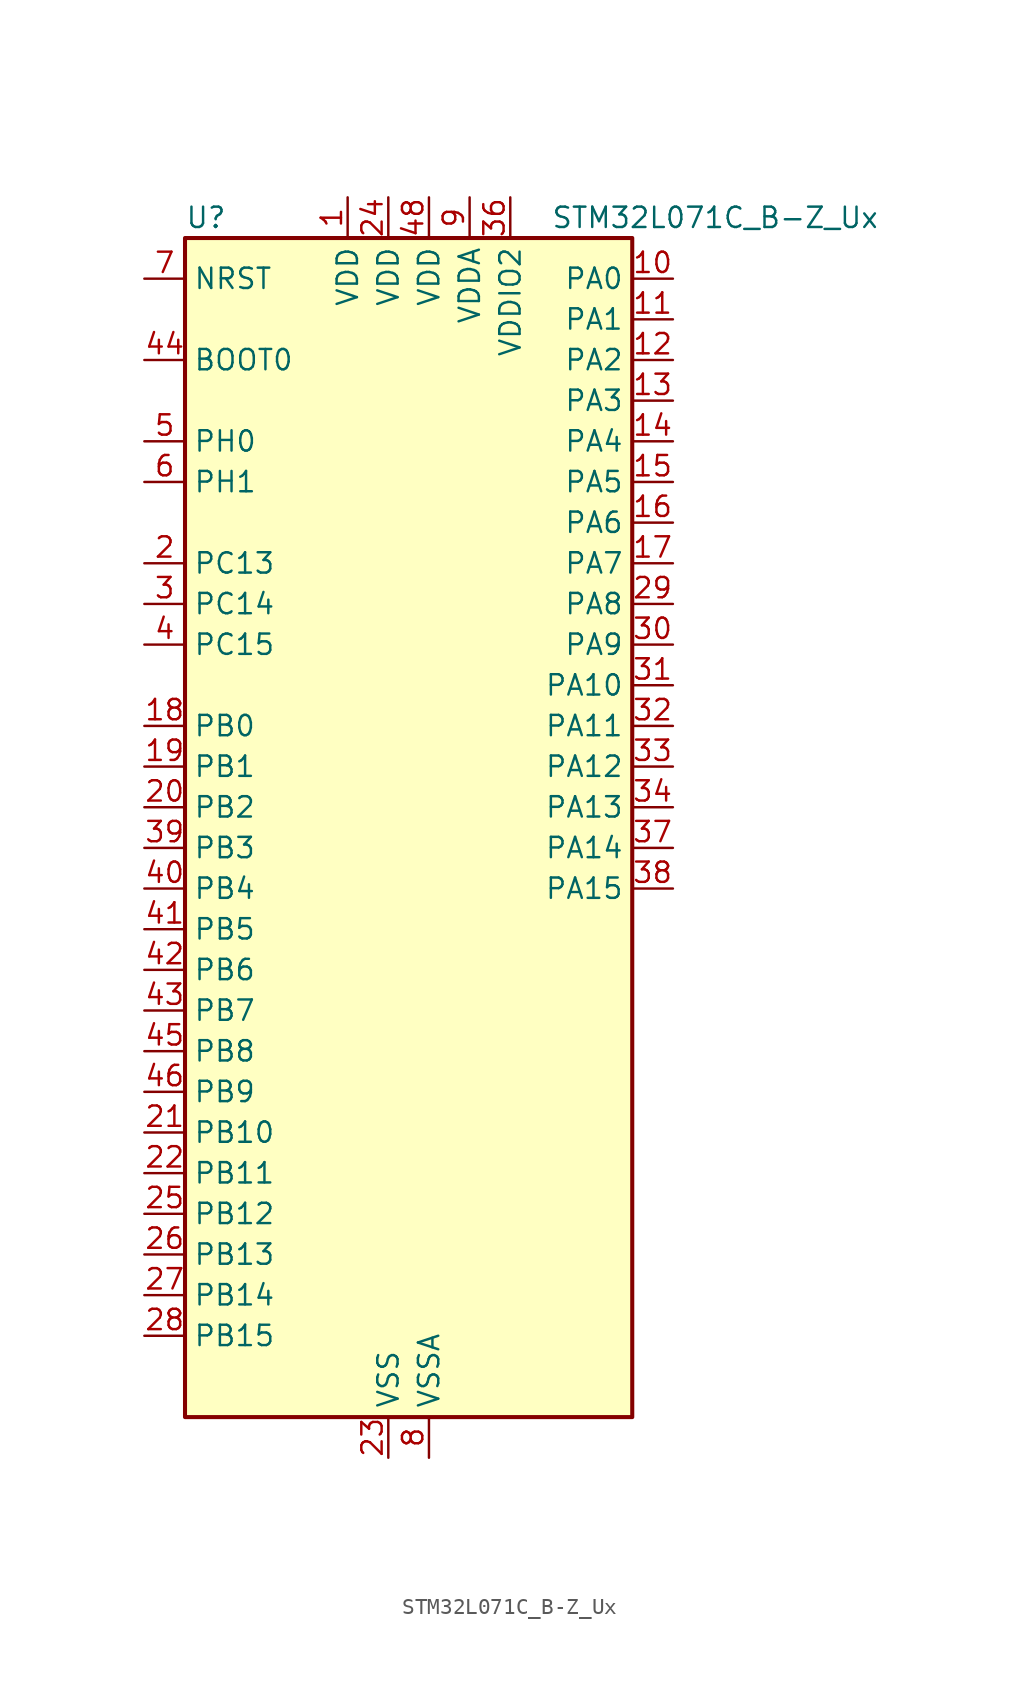
<source format=kicad_sym>
(kicad_symbol_lib
  (version 20231120)
  (generator "kicad_symbol_editor")
  (generator_version "8.0")
  (symbol "STM32L071C_B-Z_Ux"
    (property "Reference" "U"
      (at -12.7 39.37 0)
      (effects (font (size 1.27 1.27)) (justify left)))
    (property "Value" "STM32L071C_B-Z_Ux"
      (at 10.16 39.37 0)
      (effects (font (size 1.27 1.27)) (justify left)))
    (property "ki_locked" ""
      (at 0 0 0)
      (effects (font (size 1.27 1.27))))
    (symbol "STM32L071C_B-Z_Ux_0_1"
      (rectangle (start -12.7 -35.56) (end 15.24 38.1) (stroke (width 0.254) (type default)) (fill (type background))))
    (symbol "STM32L071C_B-Z_Ux_1_1"
      (pin power_in line (at -2.54 40.64 270) (length 2.54) (name "VDD" (effects (font (size 1.27 1.27)))) (number "1" (effects (font (size 1.27 1.27)))))
      (pin bidirectional line (at 17.78 35.56 180) (length 2.54) (name "PA0" (effects (font (size 1.27 1.27)))) (number "10" (effects (font (size 1.27 1.27)))) (alternate "ADC_IN0" bidirectional line) (alternate "COMP1_INM" bidirectional line) (alternate "COMP1_OUT" bidirectional line) (alternate "RTC_TAMP2" bidirectional line) (alternate "SYS_WKUP1" bidirectional line) (alternate "TIM2_CH1" bidirectional line) (alternate "TIM2_ETR" bidirectional line) (alternate "USART2_CTS" bidirectional line) (alternate "USART4_TX" bidirectional line))
      (pin bidirectional line (at 17.78 33.02 180) (length 2.54) (name "PA1" (effects (font (size 1.27 1.27)))) (number "11" (effects (font (size 1.27 1.27)))) (alternate "ADC_IN1" bidirectional line) (alternate "COMP1_INP" bidirectional line) (alternate "TIM21_ETR" bidirectional line) (alternate "TIM2_CH2" bidirectional line) (alternate "USART2_DE" bidirectional line) (alternate "USART2_RTS" bidirectional line) (alternate "USART4_RX" bidirectional line))
      (pin bidirectional line (at 17.78 30.48 180) (length 2.54) (name "PA2" (effects (font (size 1.27 1.27)))) (number "12" (effects (font (size 1.27 1.27)))) (alternate "ADC_IN2" bidirectional line) (alternate "COMP2_INM" bidirectional line) (alternate "COMP2_OUT" bidirectional line) (alternate "LPUART1_TX" bidirectional line) (alternate "TIM21_CH1" bidirectional line) (alternate "TIM2_CH3" bidirectional line) (alternate "USART2_TX" bidirectional line))
      (pin bidirectional line (at 17.78 27.94 180) (length 2.54) (name "PA3" (effects (font (size 1.27 1.27)))) (number "13" (effects (font (size 1.27 1.27)))) (alternate "ADC_IN3" bidirectional line) (alternate "COMP2_INP" bidirectional line) (alternate "LPUART1_RX" bidirectional line) (alternate "TIM21_CH2" bidirectional line) (alternate "TIM2_CH4" bidirectional line) (alternate "USART2_RX" bidirectional line))
      (pin bidirectional line (at 17.78 25.4 180) (length 2.54) (name "PA4" (effects (font (size 1.27 1.27)))) (number "14" (effects (font (size 1.27 1.27)))) (alternate "ADC_IN4" bidirectional line) (alternate "COMP1_INM" bidirectional line) (alternate "COMP2_INM" bidirectional line) (alternate "SPI1_NSS" bidirectional line) (alternate "TIM22_ETR" bidirectional line) (alternate "USART2_CK" bidirectional line))
      (pin bidirectional line (at 17.78 22.86 180) (length 2.54) (name "PA5" (effects (font (size 1.27 1.27)))) (number "15" (effects (font (size 1.27 1.27)))) (alternate "ADC_IN5" bidirectional line) (alternate "COMP1_INM" bidirectional line) (alternate "COMP2_INM" bidirectional line) (alternate "SPI1_SCK" bidirectional line) (alternate "TIM2_CH1" bidirectional line) (alternate "TIM2_ETR" bidirectional line))
      (pin bidirectional line (at 17.78 20.32 180) (length 2.54) (name "PA6" (effects (font (size 1.27 1.27)))) (number "16" (effects (font (size 1.27 1.27)))) (alternate "ADC_IN6" bidirectional line) (alternate "COMP1_OUT" bidirectional line) (alternate "LPUART1_CTS" bidirectional line) (alternate "SPI1_MISO" bidirectional line) (alternate "TIM22_CH1" bidirectional line) (alternate "TIM3_CH1" bidirectional line))
      (pin bidirectional line (at 17.78 17.78 180) (length 2.54) (name "PA7" (effects (font (size 1.27 1.27)))) (number "17" (effects (font (size 1.27 1.27)))) (alternate "ADC_IN7" bidirectional line) (alternate "COMP2_OUT" bidirectional line) (alternate "SPI1_MOSI" bidirectional line) (alternate "TIM22_CH2" bidirectional line) (alternate "TIM3_CH2" bidirectional line))
      (pin bidirectional line (at -15.24 7.62 0) (length 2.54) (name "PB0" (effects (font (size 1.27 1.27)))) (number "18" (effects (font (size 1.27 1.27)))) (alternate "ADC_IN8" bidirectional line) (alternate "SYS_VREF_OUT_PB0" bidirectional line) (alternate "TIM3_CH3" bidirectional line))
      (pin bidirectional line (at -15.24 5.08 0) (length 2.54) (name "PB1" (effects (font (size 1.27 1.27)))) (number "19" (effects (font (size 1.27 1.27)))) (alternate "ADC_IN9" bidirectional line) (alternate "LPUART1_DE" bidirectional line) (alternate "LPUART1_RTS" bidirectional line) (alternate "SYS_VREF_OUT_PB1" bidirectional line) (alternate "TIM3_CH4" bidirectional line))
      (pin bidirectional line (at -15.24 17.78 0) (length 2.54) (name "PC13" (effects (font (size 1.27 1.27)))) (number "2" (effects (font (size 1.27 1.27)))) (alternate "RTC_OUT_ALARM" bidirectional line) (alternate "RTC_OUT_CALIB" bidirectional line) (alternate "RTC_TAMP1" bidirectional line) (alternate "RTC_TS" bidirectional line) (alternate "SYS_WKUP2" bidirectional line))
      (pin bidirectional line (at -15.24 2.54 0) (length 2.54) (name "PB2" (effects (font (size 1.27 1.27)))) (number "20" (effects (font (size 1.27 1.27)))) (alternate "I2C3_SMBA" bidirectional line) (alternate "LPTIM1_OUT" bidirectional line))
      (pin bidirectional line (at -15.24 -17.78 0) (length 2.54) (name "PB10" (effects (font (size 1.27 1.27)))) (number "21" (effects (font (size 1.27 1.27)))) (alternate "I2C2_SCL" bidirectional line) (alternate "LPUART1_RX" bidirectional line) (alternate "LPUART1_TX" bidirectional line) (alternate "SPI2_SCK" bidirectional line) (alternate "TIM2_CH3" bidirectional line))
      (pin bidirectional line (at -15.24 -20.32 0) (length 2.54) (name "PB11" (effects (font (size 1.27 1.27)))) (number "22" (effects (font (size 1.27 1.27)))) (alternate "ADC_EXTI11" bidirectional line) (alternate "I2C2_SDA" bidirectional line) (alternate "LPUART1_RX" bidirectional line) (alternate "LPUART1_TX" bidirectional line) (alternate "TIM2_CH4" bidirectional line))
      (pin power_in line (at 0 -38.1 90) (length 2.54) (name "VSS" (effects (font (size 1.27 1.27)))) (number "23" (effects (font (size 1.27 1.27)))))
      (pin power_in line (at 0 40.64 270) (length 2.54) (name "VDD" (effects (font (size 1.27 1.27)))) (number "24" (effects (font (size 1.27 1.27)))))
      (pin bidirectional line (at -15.24 -22.86 0) (length 2.54) (name "PB12" (effects (font (size 1.27 1.27)))) (number "25" (effects (font (size 1.27 1.27)))) (alternate "I2S2_WS" bidirectional line) (alternate "LPUART1_DE" bidirectional line) (alternate "LPUART1_RTS" bidirectional line) (alternate "SPI2_NSS" bidirectional line))
      (pin bidirectional line (at -15.24 -25.4 0) (length 2.54) (name "PB13" (effects (font (size 1.27 1.27)))) (number "26" (effects (font (size 1.27 1.27)))) (alternate "I2C2_SCL" bidirectional line) (alternate "I2S2_CK" bidirectional line) (alternate "LPUART1_CTS" bidirectional line) (alternate "RCC_MCO" bidirectional line) (alternate "SPI2_SCK" bidirectional line) (alternate "TIM21_CH1" bidirectional line))
      (pin bidirectional line (at -15.24 -27.94 0) (length 2.54) (name "PB14" (effects (font (size 1.27 1.27)))) (number "27" (effects (font (size 1.27 1.27)))) (alternate "I2C2_SDA" bidirectional line) (alternate "I2S2_MCK" bidirectional line) (alternate "LPUART1_DE" bidirectional line) (alternate "LPUART1_RTS" bidirectional line) (alternate "RTC_OUT_ALARM" bidirectional line) (alternate "RTC_OUT_CALIB" bidirectional line) (alternate "SPI2_MISO" bidirectional line) (alternate "TIM21_CH2" bidirectional line))
      (pin bidirectional line (at -15.24 -30.48 0) (length 2.54) (name "PB15" (effects (font (size 1.27 1.27)))) (number "28" (effects (font (size 1.27 1.27)))) (alternate "I2S2_SD" bidirectional line) (alternate "RTC_REFIN" bidirectional line) (alternate "SPI2_MOSI" bidirectional line))
      (pin bidirectional line (at 17.78 15.24 180) (length 2.54) (name "PA8" (effects (font (size 1.27 1.27)))) (number "29" (effects (font (size 1.27 1.27)))) (alternate "I2C3_SCL" bidirectional line) (alternate "RCC_MCO" bidirectional line) (alternate "USART1_CK" bidirectional line))
      (pin bidirectional line (at -15.24 15.24 0) (length 2.54) (name "PC14" (effects (font (size 1.27 1.27)))) (number "3" (effects (font (size 1.27 1.27)))) (alternate "RCC_OSC32_IN" bidirectional line))
      (pin bidirectional line (at 17.78 12.7 180) (length 2.54) (name "PA9" (effects (font (size 1.27 1.27)))) (number "30" (effects (font (size 1.27 1.27)))) (alternate "I2C1_SCL" bidirectional line) (alternate "I2C3_SMBA" bidirectional line) (alternate "RCC_MCO" bidirectional line) (alternate "USART1_TX" bidirectional line))
      (pin bidirectional line (at 17.78 10.16 180) (length 2.54) (name "PA10" (effects (font (size 1.27 1.27)))) (number "31" (effects (font (size 1.27 1.27)))) (alternate "I2C1_SDA" bidirectional line) (alternate "USART1_RX" bidirectional line))
      (pin bidirectional line (at 17.78 7.62 180) (length 2.54) (name "PA11" (effects (font (size 1.27 1.27)))) (number "32" (effects (font (size 1.27 1.27)))) (alternate "ADC_EXTI11" bidirectional line) (alternate "COMP1_OUT" bidirectional line) (alternate "SPI1_MISO" bidirectional line) (alternate "USART1_CTS" bidirectional line))
      (pin bidirectional line (at 17.78 5.08 180) (length 2.54) (name "PA12" (effects (font (size 1.27 1.27)))) (number "33" (effects (font (size 1.27 1.27)))) (alternate "COMP2_OUT" bidirectional line) (alternate "SPI1_MOSI" bidirectional line) (alternate "USART1_DE" bidirectional line) (alternate "USART1_RTS" bidirectional line))
      (pin bidirectional line (at 17.78 2.54 180) (length 2.54) (name "PA13" (effects (font (size 1.27 1.27)))) (number "34" (effects (font (size 1.27 1.27)))) (alternate "LPUART1_RX" bidirectional line) (alternate "SYS_SWDIO" bidirectional line))
      (pin passive line (at 0 -38.1 90) (length 2.54) hide (name "VSS" (effects (font (size 1.27 1.27)))) (number "35" (effects (font (size 1.27 1.27)))))
      (pin power_in line (at 7.62 40.64 270) (length 2.54) (name "VDDIO2" (effects (font (size 1.27 1.27)))) (number "36" (effects (font (size 1.27 1.27)))))
      (pin bidirectional line (at 17.78 0 180) (length 2.54) (name "PA14" (effects (font (size 1.27 1.27)))) (number "37" (effects (font (size 1.27 1.27)))) (alternate "LPUART1_TX" bidirectional line) (alternate "SYS_SWCLK" bidirectional line) (alternate "USART2_TX" bidirectional line))
      (pin bidirectional line (at 17.78 -2.54 180) (length 2.54) (name "PA15" (effects (font (size 1.27 1.27)))) (number "38" (effects (font (size 1.27 1.27)))) (alternate "SPI1_NSS" bidirectional line) (alternate "TIM2_CH1" bidirectional line) (alternate "TIM2_ETR" bidirectional line) (alternate "USART2_RX" bidirectional line) (alternate "USART4_DE" bidirectional line) (alternate "USART4_RTS" bidirectional line))
      (pin bidirectional line (at -15.24 0 0) (length 2.54) (name "PB3" (effects (font (size 1.27 1.27)))) (number "39" (effects (font (size 1.27 1.27)))) (alternate "COMP2_INM" bidirectional line) (alternate "SPI1_SCK" bidirectional line) (alternate "TIM2_CH2" bidirectional line) (alternate "USART1_DE" bidirectional line) (alternate "USART1_RTS" bidirectional line) (alternate "USART5_TX" bidirectional line))
      (pin bidirectional line (at -15.24 12.7 0) (length 2.54) (name "PC15" (effects (font (size 1.27 1.27)))) (number "4" (effects (font (size 1.27 1.27)))) (alternate "RCC_OSC32_OUT" bidirectional line))
      (pin bidirectional line (at -15.24 -2.54 0) (length 2.54) (name "PB4" (effects (font (size 1.27 1.27)))) (number "40" (effects (font (size 1.27 1.27)))) (alternate "COMP2_INP" bidirectional line) (alternate "I2C3_SDA" bidirectional line) (alternate "SPI1_MISO" bidirectional line) (alternate "TIM22_CH1" bidirectional line) (alternate "TIM3_CH1" bidirectional line) (alternate "USART1_CTS" bidirectional line) (alternate "USART5_RX" bidirectional line))
      (pin bidirectional line (at -15.24 -5.08 0) (length 2.54) (name "PB5" (effects (font (size 1.27 1.27)))) (number "41" (effects (font (size 1.27 1.27)))) (alternate "COMP2_INP" bidirectional line) (alternate "I2C1_SMBA" bidirectional line) (alternate "LPTIM1_IN1" bidirectional line) (alternate "SPI1_MOSI" bidirectional line) (alternate "TIM22_CH2" bidirectional line) (alternate "TIM3_CH2" bidirectional line) (alternate "USART1_CK" bidirectional line) (alternate "USART5_CK" bidirectional line) (alternate "USART5_DE" bidirectional line) (alternate "USART5_RTS" bidirectional line))
      (pin bidirectional line (at -15.24 -7.62 0) (length 2.54) (name "PB6" (effects (font (size 1.27 1.27)))) (number "42" (effects (font (size 1.27 1.27)))) (alternate "COMP2_INP" bidirectional line) (alternate "I2C1_SCL" bidirectional line) (alternate "LPTIM1_ETR" bidirectional line) (alternate "USART1_TX" bidirectional line))
      (pin bidirectional line (at -15.24 -10.16 0) (length 2.54) (name "PB7" (effects (font (size 1.27 1.27)))) (number "43" (effects (font (size 1.27 1.27)))) (alternate "COMP2_INP" bidirectional line) (alternate "I2C1_SDA" bidirectional line) (alternate "LPTIM1_IN2" bidirectional line) (alternate "SYS_PVD_IN" bidirectional line) (alternate "USART1_RX" bidirectional line) (alternate "USART4_CTS" bidirectional line))
      (pin input line (at -15.24 30.48 0) (length 2.54) (name "BOOT0" (effects (font (size 1.27 1.27)))) (number "44" (effects (font (size 1.27 1.27)))))
      (pin bidirectional line (at -15.24 -12.7 0) (length 2.54) (name "PB8" (effects (font (size 1.27 1.27)))) (number "45" (effects (font (size 1.27 1.27)))) (alternate "I2C1_SCL" bidirectional line))
      (pin bidirectional line (at -15.24 -15.24 0) (length 2.54) (name "PB9" (effects (font (size 1.27 1.27)))) (number "46" (effects (font (size 1.27 1.27)))) (alternate "I2C1_SDA" bidirectional line) (alternate "I2S2_WS" bidirectional line) (alternate "SPI2_NSS" bidirectional line))
      (pin passive line (at 0 -38.1 90) (length 2.54) hide (name "VSS" (effects (font (size 1.27 1.27)))) (number "47" (effects (font (size 1.27 1.27)))))
      (pin power_in line (at 2.54 40.64 270) (length 2.54) (name "VDD" (effects (font (size 1.27 1.27)))) (number "48" (effects (font (size 1.27 1.27)))))
      (pin passive line (at 0 -38.1 90) (length 2.54) hide (name "VSS" (effects (font (size 1.27 1.27)))) (number "49" (effects (font (size 1.27 1.27)))))
      (pin bidirectional line (at -15.24 25.4 0) (length 2.54) (name "PH0" (effects (font (size 1.27 1.27)))) (number "5" (effects (font (size 1.27 1.27)))) (alternate "RCC_OSC_IN" bidirectional line))
      (pin bidirectional line (at -15.24 22.86 0) (length 2.54) (name "PH1" (effects (font (size 1.27 1.27)))) (number "6" (effects (font (size 1.27 1.27)))) (alternate "RCC_OSC_OUT" bidirectional line))
      (pin input line (at -15.24 35.56 0) (length 2.54) (name "NRST" (effects (font (size 1.27 1.27)))) (number "7" (effects (font (size 1.27 1.27)))))
      (pin power_in line (at 2.54 -38.1 90) (length 2.54) (name "VSSA" (effects (font (size 1.27 1.27)))) (number "8" (effects (font (size 1.27 1.27)))))
      (pin power_in line (at 5.08 40.64 270) (length 2.54) (name "VDDA" (effects (font (size 1.27 1.27)))) (number "9" (effects (font (size 1.27 1.27))))))))
</source>
